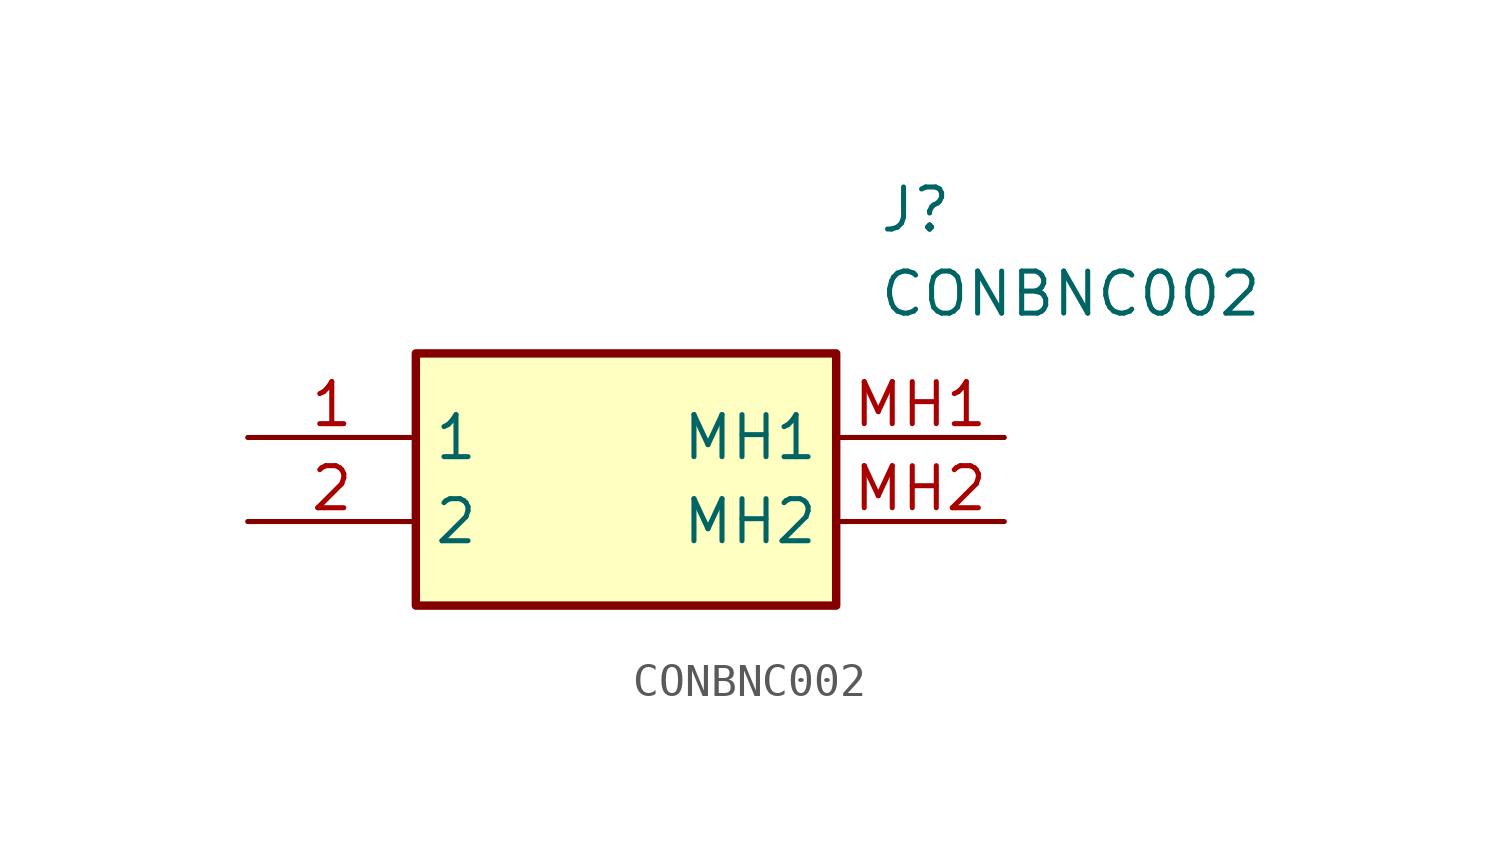
<source format=kicad_sym>
(kicad_symbol_lib
  (version 20211014)
  (generator SamacSys_ECAD_Model)
  (symbol "CONBNC002"
    (property "Reference" "J"
      (at 19.05 7.62 0)
      (effects (font (size 1.27 1.27)) (justify left top)))
    (property "Value" "CONBNC002"
      (at 19.05 5.08 0)
      (effects (font (size 1.27 1.27)) (justify left top)))
    (rectangle
      (start 5.08 2.54)
      (end 17.78 -5.08)
      (stroke (width 0.254) (type default))
      (fill (type background)))
    (pin passive line
      (at 0 0 0)
      (length 5.08)
      (name "1" (effects (font (size 1.27 1.27))))
      (number "1" (effects (font (size 1.27 1.27)))))
    (pin passive line
      (at 0 -2.54 0)
      (length 5.08)
      (name "2" (effects (font (size 1.27 1.27))))
      (number "2" (effects (font (size 1.27 1.27)))))
    (pin passive line
      (at 22.86 0 180)
      (length 5.08)
      (name "MH1" (effects (font (size 1.27 1.27))))
      (number "MH1" (effects (font (size 1.27 1.27)))))
    (pin passive line
      (at 22.86 -2.54 180)
      (length 5.08)
      (name "MH2" (effects (font (size 1.27 1.27))))
      (number "MH2" (effects (font (size 1.27 1.27)))))))
</source>
